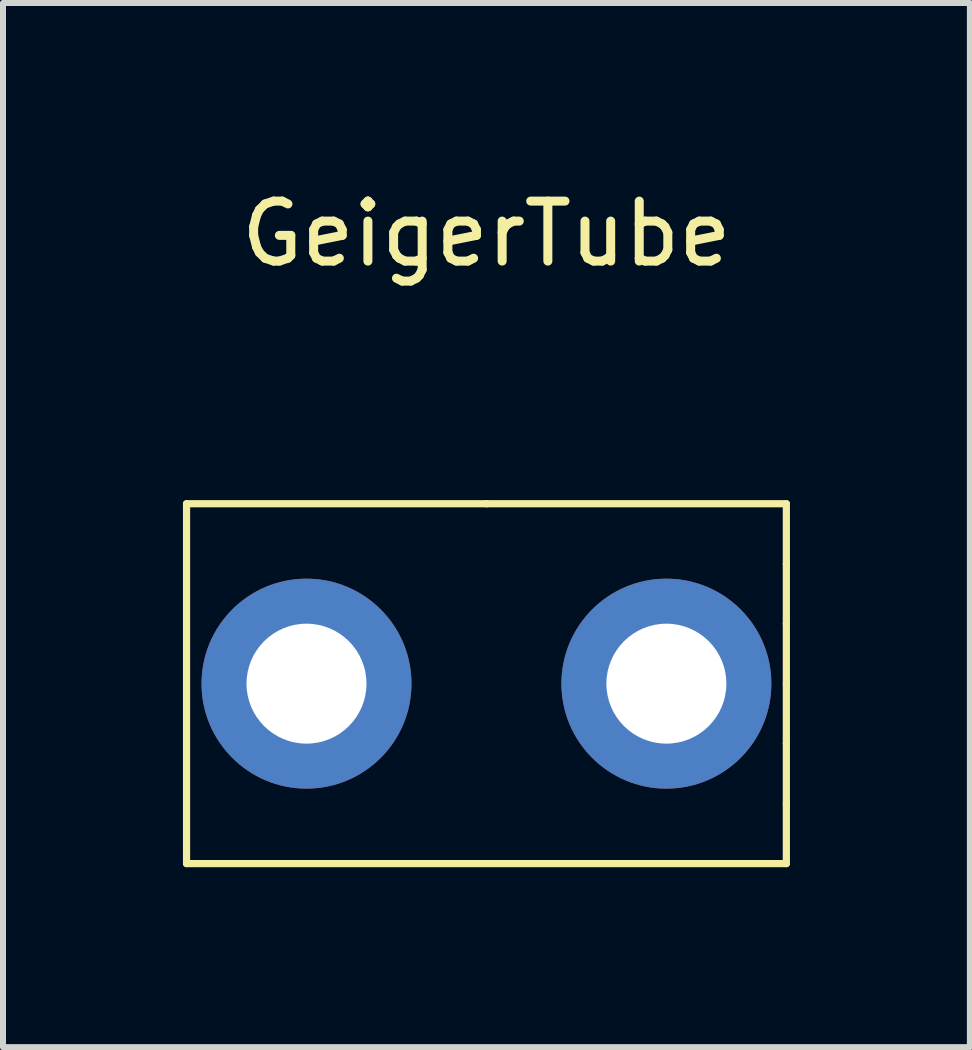
<source format=kicad_pcb>
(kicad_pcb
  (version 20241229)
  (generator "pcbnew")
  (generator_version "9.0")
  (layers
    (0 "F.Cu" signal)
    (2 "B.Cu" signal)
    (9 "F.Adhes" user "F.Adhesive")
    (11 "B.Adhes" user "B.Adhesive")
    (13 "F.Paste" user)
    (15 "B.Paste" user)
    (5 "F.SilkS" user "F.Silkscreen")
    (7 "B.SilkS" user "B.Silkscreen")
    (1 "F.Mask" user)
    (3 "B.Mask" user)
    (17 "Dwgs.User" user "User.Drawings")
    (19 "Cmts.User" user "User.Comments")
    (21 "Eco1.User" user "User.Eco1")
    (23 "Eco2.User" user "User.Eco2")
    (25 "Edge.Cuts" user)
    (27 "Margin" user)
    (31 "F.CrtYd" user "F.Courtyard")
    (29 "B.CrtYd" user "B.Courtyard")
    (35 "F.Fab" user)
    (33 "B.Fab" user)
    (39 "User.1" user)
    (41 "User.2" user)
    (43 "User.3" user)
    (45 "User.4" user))
  (footprint "GeigerTube"
    (layer "F.Cu")
    (at 5.06 0.348)
    (property "Reference" "GeigerTube" (at 0 0.5 0) (layer "F.SilkS") (effects (font (size 1 1) (thickness 0.15))))
    (attr through_hole)
    (fp_line (start -5 5) (end 0 5) (stroke (width 0.12) (type solid)) (layer "F.SilkS"))
    (fp_line (start -5 11) (end -5 5) (stroke (width 0.12) (type solid)) (layer "F.SilkS"))
    (fp_line (start 0 5) (end 5 5) (stroke (width 0.12) (type solid)) (layer "F.SilkS"))
    (fp_line (start 5 5) (end 5 6) (stroke (width 0.12) (type solid)) (layer "F.SilkS"))
    (fp_line (start 5 6) (end 5 7) (stroke (width 0.12) (type solid)) (layer "F.SilkS"))
    (fp_line (start 5 7) (end 5 8) (stroke (width 0.12) (type solid)) (layer "F.SilkS"))
    (fp_line (start 5 8) (end 5 9) (stroke (width 0.12) (type solid)) (layer "F.SilkS"))
    (fp_line (start 5 9) (end 5 10) (stroke (width 0.12) (type solid)) (layer "F.SilkS"))
    (fp_line (start 5 10) (end 5 11) (stroke (width 0.12) (type solid)) (layer "F.SilkS"))
    (fp_line (start 5 11) (end -5 11) (stroke (width 0.12) (type solid)) (layer "F.SilkS"))
    (pad "1" thru_hole circle (at -3 8) (size 3.5 3.5) (drill 2) (layers "*.Cu" "*.Mask"))
    (pad "1" thru_hole circle (at 3 8) (size 3.5 3.5) (drill 2) (layers "*.Cu" "*.Mask")))
  (gr_rect
    (start -3 -3)
    (end 13.12 14.408)
    (stroke (width 0.1) (type default))
    (fill no)
    (layer "Edge.Cuts")))
</source>
